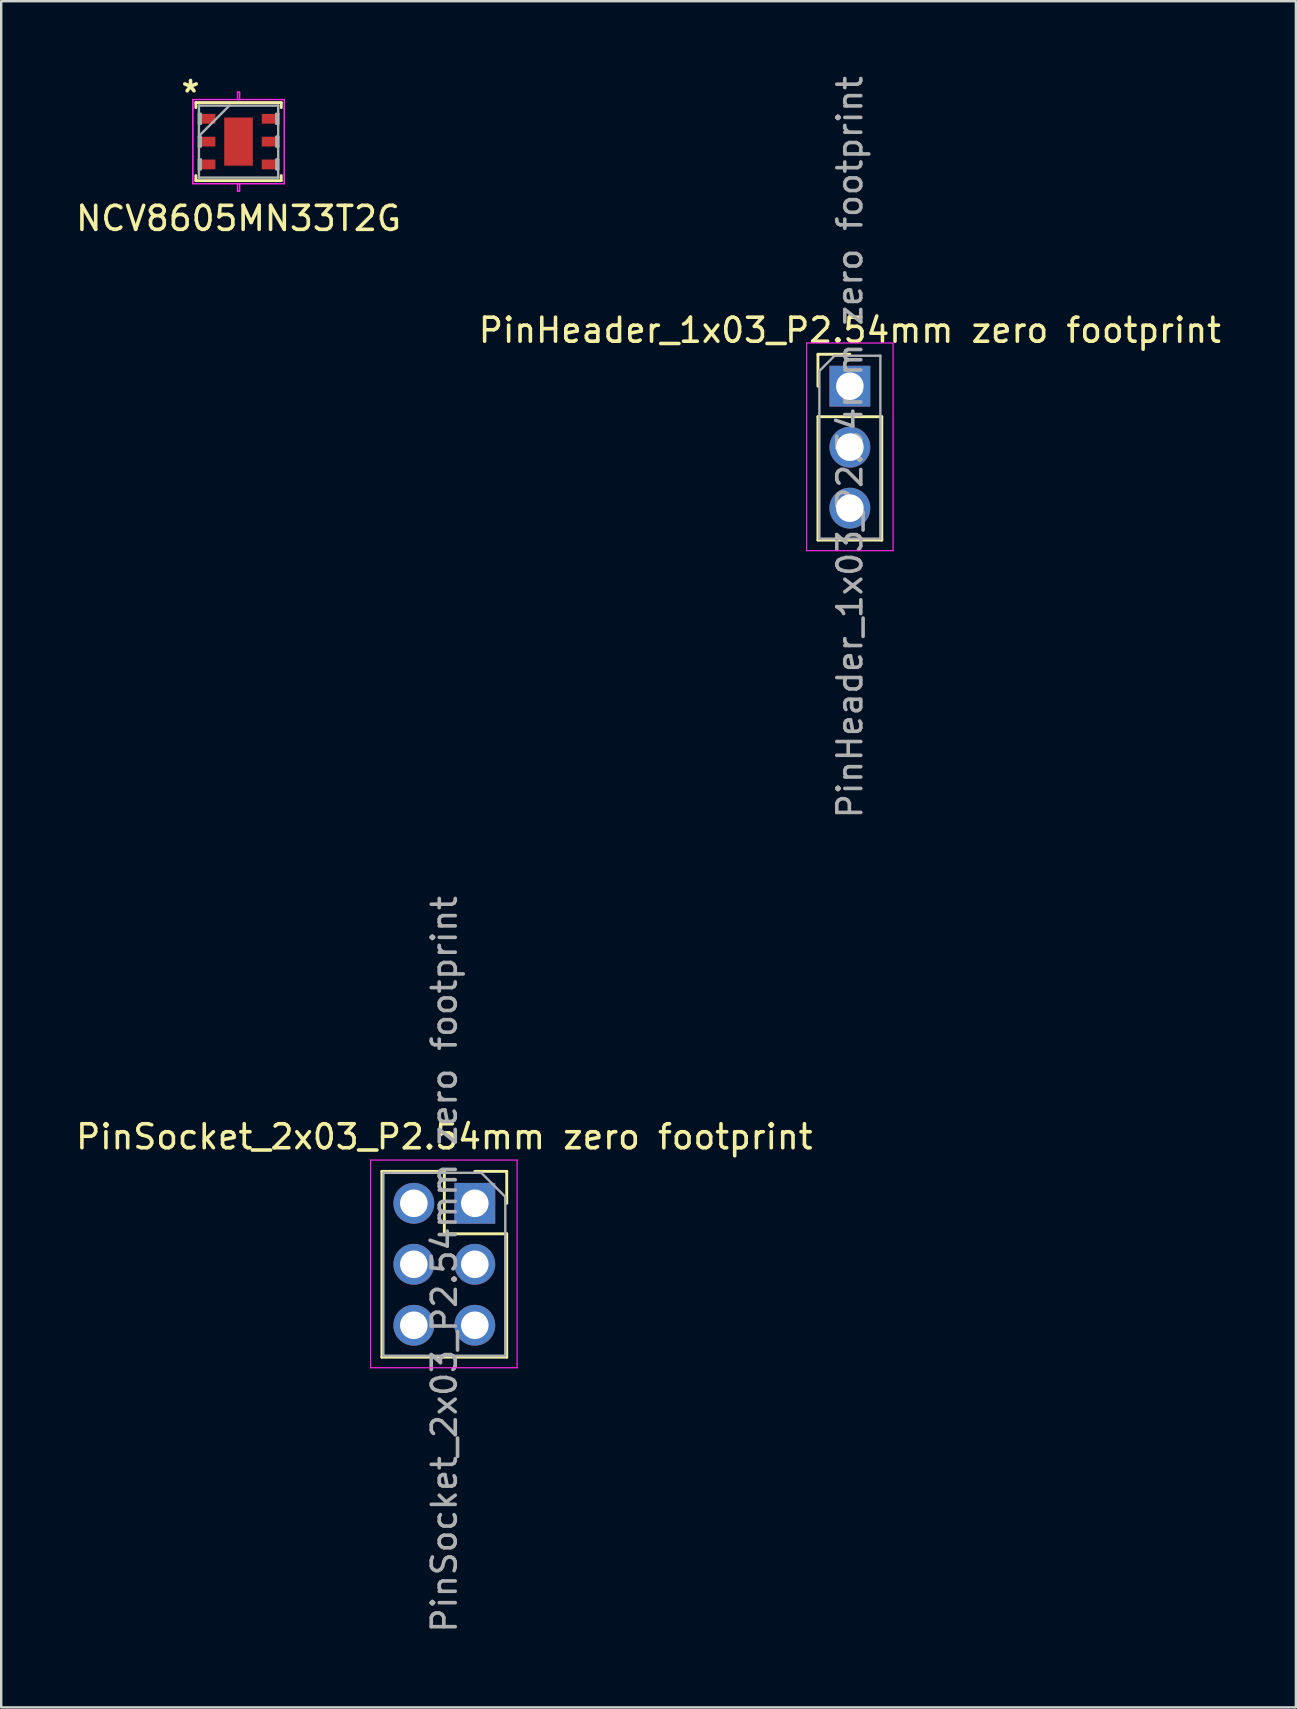
<source format=kicad_pcb>
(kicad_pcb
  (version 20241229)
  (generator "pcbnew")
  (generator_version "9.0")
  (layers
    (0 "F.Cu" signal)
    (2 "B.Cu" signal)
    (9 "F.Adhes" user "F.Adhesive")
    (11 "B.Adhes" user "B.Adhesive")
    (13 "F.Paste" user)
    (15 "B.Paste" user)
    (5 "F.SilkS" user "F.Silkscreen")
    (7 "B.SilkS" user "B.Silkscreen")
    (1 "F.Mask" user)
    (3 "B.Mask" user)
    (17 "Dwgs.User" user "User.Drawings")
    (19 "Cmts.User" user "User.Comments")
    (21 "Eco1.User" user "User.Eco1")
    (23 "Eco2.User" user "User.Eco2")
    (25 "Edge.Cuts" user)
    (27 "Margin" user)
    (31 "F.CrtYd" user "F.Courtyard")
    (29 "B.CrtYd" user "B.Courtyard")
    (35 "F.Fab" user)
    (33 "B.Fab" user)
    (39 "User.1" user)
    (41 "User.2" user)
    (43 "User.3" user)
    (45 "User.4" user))
  (footprint "NCV8605MN33T2G"
    (layer "F.Cu")
    (at 6.887 2.848)
    (property "Reference" "NCV8605MN33T2G" (at 0 3.2 0) (layer "F.SilkS") (effects (font (size 1 1) (thickness 0.15))))
    (attr smd)
    (fp_line (start -1.778 -1.626) (end -1.778 -1.417) (stroke (width 0.12) (type solid)) (layer "F.SilkS"))
    (fp_line (start -1.778 1.417) (end -1.778 1.626) (stroke (width 0.12) (type solid)) (layer "F.SilkS"))
    (fp_line (start -1.778 1.626) (end 1.778 1.626) (stroke (width 0.12) (type solid)) (layer "F.SilkS"))
    (fp_line (start 1.778 -1.626) (end -1.778 -1.626) (stroke (width 0.12) (type solid)) (layer "F.SilkS"))
    (fp_line (start 1.778 -1.417) (end 1.778 -1.626) (stroke (width 0.12) (type solid)) (layer "F.SilkS"))
    (fp_line (start 1.778 1.626) (end 1.778 1.417) (stroke (width 0.12) (type solid)) (layer "F.SilkS"))
    (fp_line (start -1.905 -1.753) (end 0.043 -1.753) (stroke (width 0.05) (type solid)) (layer "F.CrtYd"))
    (fp_line (start -1.905 -1.753) (end 0.043 -1.753) (stroke (width 0.05) (type solid)) (layer "F.CrtYd"))
    (fp_line (start -1.905 -1.382) (end -1.905 -1.753) (stroke (width 0.05) (type solid)) (layer "F.CrtYd"))
    (fp_line (start -1.905 -1.382) (end -1.905 -1.753) (stroke (width 0.05) (type solid)) (layer "F.CrtYd"))
    (fp_line (start -1.905 -1.382) (end -1.905 -1.382) (stroke (width 0.05) (type solid)) (layer "F.CrtYd"))
    (fp_line (start -1.905 -1.382) (end -1.905 -1.382) (stroke (width 0.05) (type solid)) (layer "F.CrtYd"))
    (fp_line (start -1.905 1.382) (end -1.905 -1.382) (stroke (width 0.05) (type solid)) (layer "F.CrtYd"))
    (fp_line (start -1.905 1.382) (end -1.905 -1.382) (stroke (width 0.05) (type solid)) (layer "F.CrtYd"))
    (fp_line (start -1.905 1.382) (end -1.905 1.382) (stroke (width 0.05) (type solid)) (layer "F.CrtYd"))
    (fp_line (start -1.905 1.382) (end -1.905 1.382) (stroke (width 0.05) (type solid)) (layer "F.CrtYd"))
    (fp_line (start -1.905 1.753) (end -1.905 1.382) (stroke (width 0.05) (type solid)) (layer "F.CrtYd"))
    (fp_line (start -1.905 1.753) (end -1.905 1.382) (stroke (width 0.05) (type solid)) (layer "F.CrtYd"))
    (fp_line (start -0.043 -2.057) (end -0.043 -1.753) (stroke (width 0.05) (type solid)) (layer "F.CrtYd"))
    (fp_line (start -0.043 -2.057) (end -0.043 -1.753) (stroke (width 0.05) (type solid)) (layer "F.CrtYd"))
    (fp_line (start -0.043 -1.753) (end 1.905 -1.753) (stroke (width 0.05) (type solid)) (layer "F.CrtYd"))
    (fp_line (start -0.043 -1.753) (end 1.905 -1.753) (stroke (width 0.05) (type solid)) (layer "F.CrtYd"))
    (fp_line (start -0.043 1.753) (end -0.043 2.057) (stroke (width 0.05) (type solid)) (layer "F.CrtYd"))
    (fp_line (start -0.043 1.753) (end -0.043 2.057) (stroke (width 0.05) (type solid)) (layer "F.CrtYd"))
    (fp_line (start -0.043 2.057) (end 0.043 2.057) (stroke (width 0.05) (type solid)) (layer "F.CrtYd"))
    (fp_line (start -0.043 2.057) (end 0.043 2.057) (stroke (width 0.05) (type solid)) (layer "F.CrtYd"))
    (fp_line (start 0.043 -2.057) (end -0.043 -2.057) (stroke (width 0.05) (type solid)) (layer "F.CrtYd"))
    (fp_line (start 0.043 -2.057) (end -0.043 -2.057) (stroke (width 0.05) (type solid)) (layer "F.CrtYd"))
    (fp_line (start 0.043 -1.753) (end 0.043 -2.057) (stroke (width 0.05) (type solid)) (layer "F.CrtYd"))
    (fp_line (start 0.043 -1.753) (end 0.043 -2.057) (stroke (width 0.05) (type solid)) (layer "F.CrtYd"))
    (fp_line (start 0.043 1.753) (end -1.905 1.753) (stroke (width 0.05) (type solid)) (layer "F.CrtYd"))
    (fp_line (start 0.043 1.753) (end -1.905 1.753) (stroke (width 0.05) (type solid)) (layer "F.CrtYd"))
    (fp_line (start 0.043 2.057) (end 0.043 1.753) (stroke (width 0.05) (type solid)) (layer "F.CrtYd"))
    (fp_line (start 0.043 2.057) (end 0.043 1.753) (stroke (width 0.05) (type solid)) (layer "F.CrtYd"))
    (fp_line (start 1.905 -1.753) (end 1.905 -1.382) (stroke (width 0.05) (type solid)) (layer "F.CrtYd"))
    (fp_line (start 1.905 -1.753) (end 1.905 -1.382) (stroke (width 0.05) (type solid)) (layer "F.CrtYd"))
    (fp_line (start 1.905 -1.382) (end 1.905 -1.382) (stroke (width 0.05) (type solid)) (layer "F.CrtYd"))
    (fp_line (start 1.905 -1.382) (end 1.905 -1.382) (stroke (width 0.05) (type solid)) (layer "F.CrtYd"))
    (fp_line (start 1.905 -1.382) (end 1.905 1.382) (stroke (width 0.05) (type solid)) (layer "F.CrtYd"))
    (fp_line (start 1.905 -1.382) (end 1.905 1.382) (stroke (width 0.05) (type solid)) (layer "F.CrtYd"))
    (fp_line (start 1.905 1.382) (end 1.905 1.382) (stroke (width 0.05) (type solid)) (layer "F.CrtYd"))
    (fp_line (start 1.905 1.382) (end 1.905 1.382) (stroke (width 0.05) (type solid)) (layer "F.CrtYd"))
    (fp_line (start 1.905 1.382) (end 1.905 1.753) (stroke (width 0.05) (type solid)) (layer "F.CrtYd"))
    (fp_line (start 1.905 1.382) (end 1.905 1.753) (stroke (width 0.05) (type solid)) (layer "F.CrtYd"))
    (fp_line (start 1.905 1.753) (end -0.043 1.753) (stroke (width 0.05) (type solid)) (layer "F.CrtYd"))
    (fp_line (start 1.905 1.753) (end -0.043 1.753) (stroke (width 0.05) (type solid)) (layer "F.CrtYd"))
    (fp_line (start -1.651 -1.499) (end -1.651 -1.499) (stroke (width 0.1) (type solid)) (layer "F.Fab"))
    (fp_line (start -1.651 -1.499) (end -1.651 1.499) (stroke (width 0.1) (type solid)) (layer "F.Fab"))
    (fp_line (start -1.651 -1.153) (end -1.575 -1.153) (stroke (width 0.1) (type solid)) (layer "F.Fab"))
    (fp_line (start -1.651 -0.747) (end -1.651 -1.153) (stroke (width 0.1) (type solid)) (layer "F.Fab"))
    (fp_line (start -1.651 -0.229) (end -0.381 -1.499) (stroke (width 0.1) (type solid)) (layer "F.Fab"))
    (fp_line (start -1.651 -0.203) (end -1.575 -0.203) (stroke (width 0.1) (type solid)) (layer "F.Fab"))
    (fp_line (start -1.651 0.203) (end -1.651 -0.203) (stroke (width 0.1) (type solid)) (layer "F.Fab"))
    (fp_line (start -1.651 0.747) (end -1.575 0.747) (stroke (width 0.1) (type solid)) (layer "F.Fab"))
    (fp_line (start -1.651 1.153) (end -1.651 0.747) (stroke (width 0.1) (type solid)) (layer "F.Fab"))
    (fp_line (start -1.651 1.499) (end -1.651 1.499) (stroke (width 0.1) (type solid)) (layer "F.Fab"))
    (fp_line (start -1.651 1.499) (end 1.651 1.499) (stroke (width 0.1) (type solid)) (layer "F.Fab"))
    (fp_line (start -1.575 -1.153) (end -1.575 -0.747) (stroke (width 0.1) (type solid)) (layer "F.Fab"))
    (fp_line (start -1.575 -0.747) (end -1.651 -0.747) (stroke (width 0.1) (type solid)) (layer "F.Fab"))
    (fp_line (start -1.575 -0.203) (end -1.575 0.203) (stroke (width 0.1) (type solid)) (layer "F.Fab"))
    (fp_line (start -1.575 0.203) (end -1.651 0.203) (stroke (width 0.1) (type solid)) (layer "F.Fab"))
    (fp_line (start -1.575 0.747) (end -1.575 1.153) (stroke (width 0.1) (type solid)) (layer "F.Fab"))
    (fp_line (start -1.575 1.153) (end -1.651 1.153) (stroke (width 0.1) (type solid)) (layer "F.Fab"))
    (fp_line (start 1.575 -1.153) (end 1.651 -1.153) (stroke (width 0.1) (type solid)) (layer "F.Fab"))
    (fp_line (start 1.575 -0.747) (end 1.575 -1.153) (stroke (width 0.1) (type solid)) (layer "F.Fab"))
    (fp_line (start 1.575 -0.203) (end 1.651 -0.203) (stroke (width 0.1) (type solid)) (layer "F.Fab"))
    (fp_line (start 1.575 0.203) (end 1.575 -0.203) (stroke (width 0.1) (type solid)) (layer "F.Fab"))
    (fp_line (start 1.575 0.747) (end 1.651 0.747) (stroke (width 0.1) (type solid)) (layer "F.Fab"))
    (fp_line (start 1.575 1.153) (end 1.575 0.747) (stroke (width 0.1) (type solid)) (layer "F.Fab"))
    (fp_line (start 1.651 -1.499) (end -1.651 -1.499) (stroke (width 0.1) (type solid)) (layer "F.Fab"))
    (fp_line (start 1.651 -1.499) (end 1.651 -1.499) (stroke (width 0.1) (type solid)) (layer "F.Fab"))
    (fp_line (start 1.651 -1.153) (end 1.651 -0.747) (stroke (width 0.1) (type solid)) (layer "F.Fab"))
    (fp_line (start 1.651 -0.747) (end 1.575 -0.747) (stroke (width 0.1) (type solid)) (layer "F.Fab"))
    (fp_line (start 1.651 -0.203) (end 1.651 0.203) (stroke (width 0.1) (type solid)) (layer "F.Fab"))
    (fp_line (start 1.651 0.203) (end 1.575 0.203) (stroke (width 0.1) (type solid)) (layer "F.Fab"))
    (fp_line (start 1.651 0.747) (end 1.651 1.153) (stroke (width 0.1) (type solid)) (layer "F.Fab"))
    (fp_line (start 1.651 1.153) (end 1.575 1.153) (stroke (width 0.1) (type solid)) (layer "F.Fab"))
    (fp_line (start 1.651 1.499) (end 1.651 -1.499) (stroke (width 0.1) (type solid)) (layer "F.Fab"))
    (fp_line (start 1.651 1.499) (end 1.651 1.499) (stroke (width 0.1) (type solid)) (layer "F.Fab"))
    (fp_text user "*" (at -2 -2 0) (layer "F.SilkS") (effects (font (size 1 1) (thickness 0.15))))
    (pad "1" smd rect (at -1.27 -0.95 90) (size 0.406 0.61) (layers "F.Cu" "F.Mask" "F.Paste"))
    (pad "2" smd rect (at -1.27 0 90) (size 0.406 0.61) (layers "F.Cu" "F.Mask" "F.Paste"))
    (pad "3" smd rect (at -1.27 0.95 90) (size 0.406 0.61) (layers "F.Cu" "F.Mask" "F.Paste"))
    (pad "4" smd rect (at 1.27 0.95 90) (size 0.406 0.61) (layers "F.Cu" "F.Mask" "F.Paste"))
    (pad "5" smd rect (at 1.27 0 90) (size 0.406 0.61) (layers "F.Cu" "F.Mask" "F.Paste"))
    (pad "6" smd rect (at 1.27 -0.95 90) (size 0.406 0.61) (layers "F.Cu" "F.Mask" "F.Paste"))
    (pad "7" smd rect (at 0 0) (size 1.194 2.007) (layers "F.Cu" "F.Mask" "F.Paste")))
  (footprint "PinSocket_2x03_P2.54mm zero footprint"
    (layer "F.Cu")
    (at 16.728 47.073)
    (property "Reference" "PinSocket_2x03_P2.54mm zero footprint" (at -1.27 -2.77 0) (layer "F.SilkS") (effects (font (size 1 1) (thickness 0.15))))
    (attr through_hole)
    (fp_line (start -3.87 -1.33) (end -3.87 6.41) (stroke (width 0.12) (type solid)) (layer "F.SilkS"))
    (fp_line (start -3.87 -1.33) (end -1.27 -1.33) (stroke (width 0.12) (type solid)) (layer "F.SilkS"))
    (fp_line (start -3.87 6.41) (end 1.33 6.41) (stroke (width 0.12) (type solid)) (layer "F.SilkS"))
    (fp_line (start -1.27 -1.33) (end -1.27 1.27) (stroke (width 0.12) (type solid)) (layer "F.SilkS"))
    (fp_line (start -1.27 1.27) (end 1.33 1.27) (stroke (width 0.12) (type solid)) (layer "F.SilkS"))
    (fp_line (start 0 -1.33) (end 1.33 -1.33) (stroke (width 0.12) (type solid)) (layer "F.SilkS"))
    (fp_line (start 1.33 -1.33) (end 1.33 0) (stroke (width 0.12) (type solid)) (layer "F.SilkS"))
    (fp_line (start 1.33 1.27) (end 1.33 6.41) (stroke (width 0.12) (type solid)) (layer "F.SilkS"))
    (fp_line (start -4.34 -1.8) (end 1.76 -1.8) (stroke (width 0.05) (type solid)) (layer "F.CrtYd"))
    (fp_line (start -4.34 6.85) (end -4.34 -1.8) (stroke (width 0.05) (type solid)) (layer "F.CrtYd"))
    (fp_line (start 1.76 -1.8) (end 1.76 6.85) (stroke (width 0.05) (type solid)) (layer "F.CrtYd"))
    (fp_line (start 1.76 6.85) (end -4.34 6.85) (stroke (width 0.05) (type solid)) (layer "F.CrtYd"))
    (fp_line (start -3.81 -1.27) (end 0.27 -1.27) (stroke (width 0.1) (type solid)) (layer "F.Fab"))
    (fp_line (start -3.81 6.35) (end -3.81 -1.27) (stroke (width 0.1) (type solid)) (layer "F.Fab"))
    (fp_line (start 0.27 -1.27) (end 1.27 -0.27) (stroke (width 0.1) (type solid)) (layer "F.Fab"))
    (fp_line (start 1.27 -0.27) (end 1.27 6.35) (stroke (width 0.1) (type solid)) (layer "F.Fab"))
    (fp_line (start 1.27 6.35) (end -3.81 6.35) (stroke (width 0.1) (type solid)) (layer "F.Fab"))
    (fp_text user "${REFERENCE}" (at -1.27 2.54 90) (layer "F.Fab") (effects (font (size 1 1) (thickness 0.15))))
    (pad "1" thru_hole rect (at 0 0) (size 1.7 1.7) (drill 1.15) (layers "*.Cu" "*.Mask"))
    (pad "2" thru_hole oval (at -2.54 0) (size 1.7 1.7) (drill 1.15) (layers "*.Cu" "*.Mask"))
    (pad "3" thru_hole oval (at 0 2.54) (size 1.7 1.7) (drill 1.15) (layers "*.Cu" "*.Mask"))
    (pad "4" thru_hole oval (at -2.54 2.54) (size 1.7 1.7) (drill 1.15) (layers "*.Cu" "*.Mask"))
    (pad "5" thru_hole oval (at 0 5.08) (size 1.7 1.7) (drill 1.15) (layers "*.Cu" "*.Mask"))
    (pad "6" thru_hole oval (at -2.54 5.08) (size 1.7 1.7) (drill 1.15) (layers "*.Cu" "*.Mask")))
  (footprint "PinHeader_1x03_P2.54mm zero footprint"
    (layer "F.Cu")
    (at 32.351 13.037)
    (property "Reference" "PinHeader_1x03_P2.54mm zero footprint" (at 0 -2.33 0) (layer "F.SilkS") (effects (font (size 1 1) (thickness 0.15))))
    (attr through_hole)
    (fp_line (start -1.33 -1.33) (end 0 -1.33) (stroke (width 0.12) (type solid)) (layer "F.SilkS"))
    (fp_line (start -1.33 0) (end -1.33 -1.33) (stroke (width 0.12) (type solid)) (layer "F.SilkS"))
    (fp_line (start -1.33 1.27) (end -1.33 6.41) (stroke (width 0.12) (type solid)) (layer "F.SilkS"))
    (fp_line (start -1.33 1.27) (end 1.33 1.27) (stroke (width 0.12) (type solid)) (layer "F.SilkS"))
    (fp_line (start -1.33 6.41) (end 1.33 6.41) (stroke (width 0.12) (type solid)) (layer "F.SilkS"))
    (fp_line (start 1.33 1.27) (end 1.33 6.41) (stroke (width 0.12) (type solid)) (layer "F.SilkS"))
    (fp_line (start -1.8 -1.8) (end -1.8 6.85) (stroke (width 0.05) (type solid)) (layer "F.CrtYd"))
    (fp_line (start -1.8 6.85) (end 1.8 6.85) (stroke (width 0.05) (type solid)) (layer "F.CrtYd"))
    (fp_line (start 1.8 -1.8) (end -1.8 -1.8) (stroke (width 0.05) (type solid)) (layer "F.CrtYd"))
    (fp_line (start 1.8 6.85) (end 1.8 -1.8) (stroke (width 0.05) (type solid)) (layer "F.CrtYd"))
    (fp_line (start -1.27 -0.635) (end -0.635 -1.27) (stroke (width 0.1) (type solid)) (layer "F.Fab"))
    (fp_line (start -1.27 6.35) (end -1.27 -0.635) (stroke (width 0.1) (type solid)) (layer "F.Fab"))
    (fp_line (start -0.635 -1.27) (end 1.27 -1.27) (stroke (width 0.1) (type solid)) (layer "F.Fab"))
    (fp_line (start 1.27 -1.27) (end 1.27 6.35) (stroke (width 0.1) (type solid)) (layer "F.Fab"))
    (fp_line (start 1.27 6.35) (end -1.27 6.35) (stroke (width 0.1) (type solid)) (layer "F.Fab"))
    (fp_text user "${REFERENCE}" (at 0 2.54 90) (layer "F.Fab") (effects (font (size 1 1) (thickness 0.15))))
    (pad "1" thru_hole rect (at 0 0) (size 1.7 1.7) (drill 1.15) (layers "*.Cu" "*.Mask"))
    (pad "2" thru_hole oval (at 0 2.54) (size 1.7 1.7) (drill 1.15) (layers "*.Cu" "*.Mask"))
    (pad "3" thru_hole oval (at 0 5.08) (size 1.7 1.7) (drill 1.15) (layers "*.Cu" "*.Mask")))
  (gr_rect
    (start -3 -3)
    (end 50.929 68.071)
    (stroke (width 0.1) (type default))
    (fill no)
    (layer "Edge.Cuts")))
</source>
